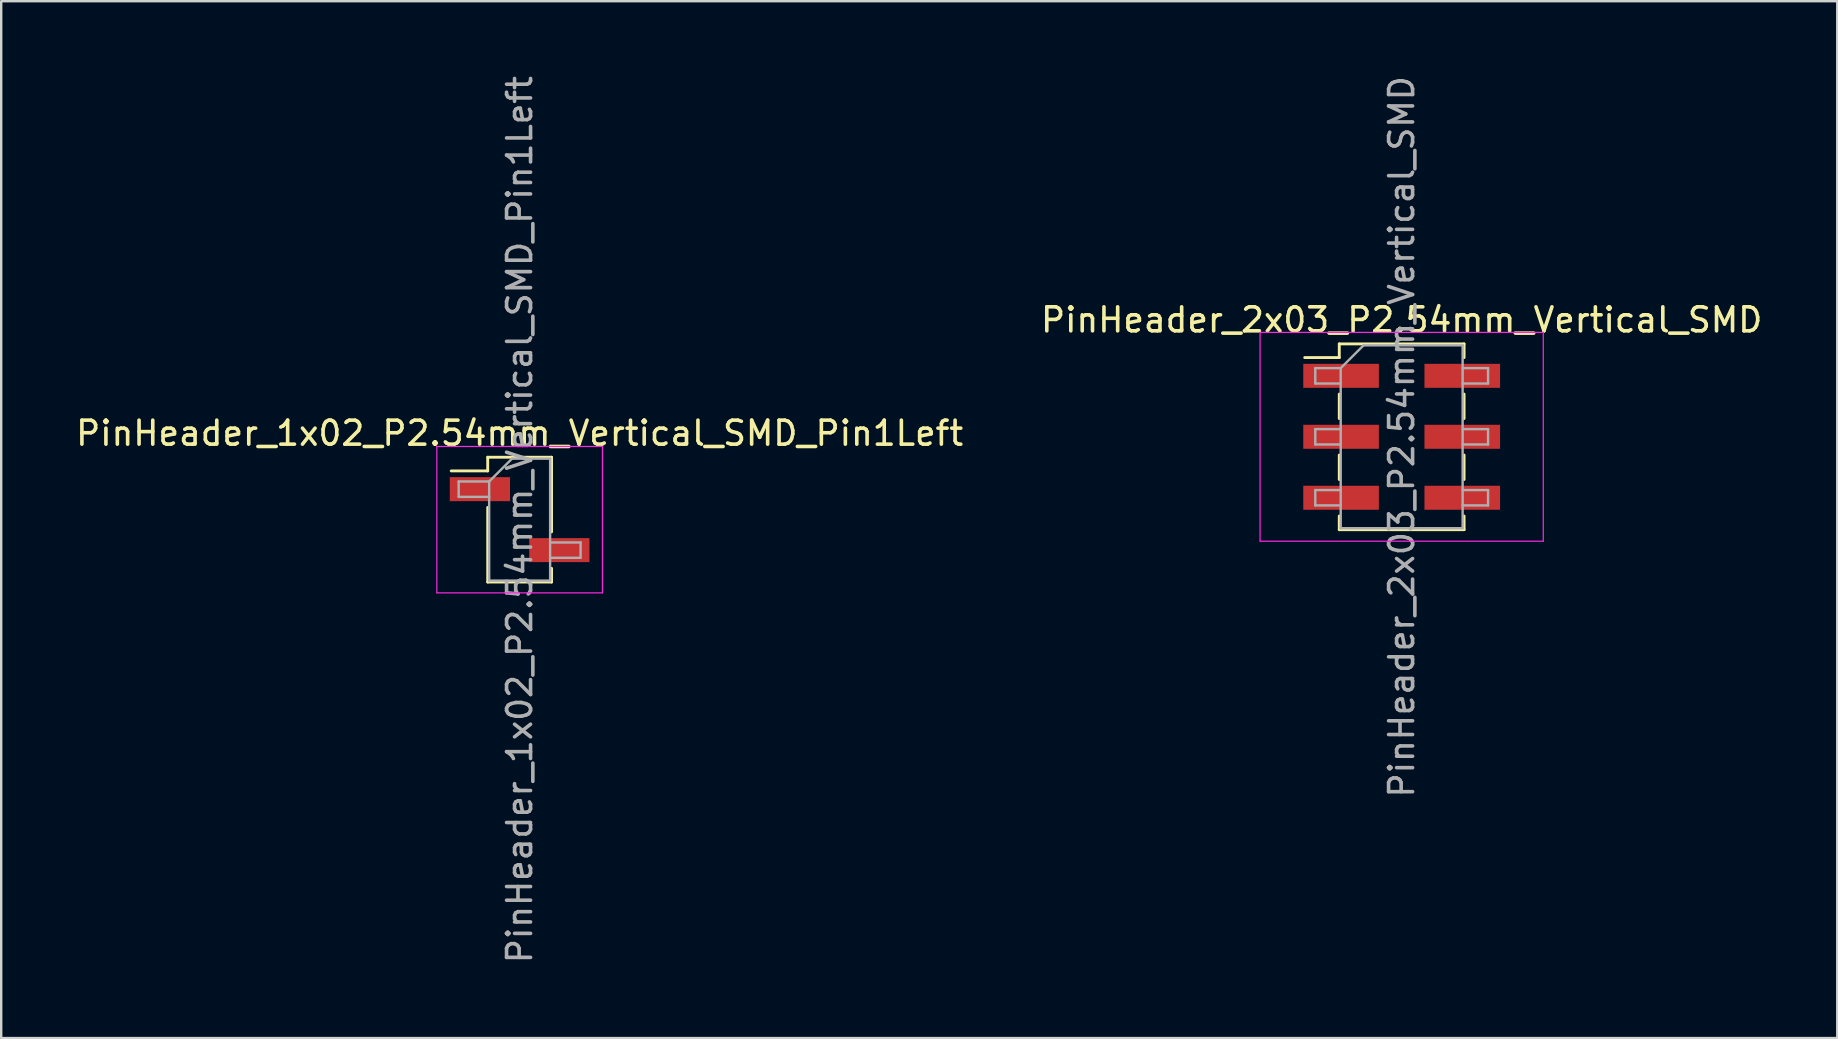
<source format=kicad_pcb>
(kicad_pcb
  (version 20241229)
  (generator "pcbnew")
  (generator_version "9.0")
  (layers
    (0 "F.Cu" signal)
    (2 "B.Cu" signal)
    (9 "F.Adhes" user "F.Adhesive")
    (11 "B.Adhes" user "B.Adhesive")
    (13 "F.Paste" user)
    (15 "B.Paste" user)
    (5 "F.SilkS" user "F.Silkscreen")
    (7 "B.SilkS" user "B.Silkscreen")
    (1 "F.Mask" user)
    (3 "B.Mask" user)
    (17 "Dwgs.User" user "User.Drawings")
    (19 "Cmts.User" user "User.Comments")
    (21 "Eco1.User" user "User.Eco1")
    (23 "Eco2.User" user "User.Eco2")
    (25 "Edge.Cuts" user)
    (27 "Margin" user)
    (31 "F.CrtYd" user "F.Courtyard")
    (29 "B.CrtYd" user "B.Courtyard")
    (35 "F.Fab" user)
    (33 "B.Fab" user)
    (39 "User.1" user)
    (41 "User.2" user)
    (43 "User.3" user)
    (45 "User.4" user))
  (footprint "PinHeader_1x02_P2.54mm_Vertical_SMD_Pin1Left"
    (layer "F.Cu")
    (at 18.601 18.601)
    (property "Reference" "PinHeader_1x02_P2.54mm_Vertical_SMD_Pin1Left" (at 0 -3.6 0) (layer "F.SilkS") (effects (font (size 1 1) (thickness 0.15))))
    (attr smd)
    (fp_line (start -1.33 -2.6) (end -1.33 -2.03) (stroke (width 0.12) (type solid)) (layer "F.SilkS"))
    (fp_line (start -1.33 -2.6) (end 1.33 -2.6) (stroke (width 0.12) (type solid)) (layer "F.SilkS"))
    (fp_line (start -1.33 -2.03) (end -2.85 -2.03) (stroke (width 0.12) (type solid)) (layer "F.SilkS"))
    (fp_line (start -1.33 -0.51) (end -1.33 2.6) (stroke (width 0.12) (type solid)) (layer "F.SilkS"))
    (fp_line (start -1.33 2.6) (end 1.33 2.6) (stroke (width 0.12) (type solid)) (layer "F.SilkS"))
    (fp_line (start 1.33 -2.6) (end 1.33 0.51) (stroke (width 0.12) (type solid)) (layer "F.SilkS"))
    (fp_line (start 1.33 2.03) (end 1.33 2.6) (stroke (width 0.12) (type solid)) (layer "F.SilkS"))
    (fp_line (start -3.45 -3.05) (end -3.45 3.05) (stroke (width 0.05) (type solid)) (layer "F.CrtYd"))
    (fp_line (start -3.45 3.05) (end 3.45 3.05) (stroke (width 0.05) (type solid)) (layer "F.CrtYd"))
    (fp_line (start 3.45 -3.05) (end -3.45 -3.05) (stroke (width 0.05) (type solid)) (layer "F.CrtYd"))
    (fp_line (start 3.45 3.05) (end 3.45 -3.05) (stroke (width 0.05) (type solid)) (layer "F.CrtYd"))
    (fp_line (start -2.54 -1.59) (end -2.54 -0.95) (stroke (width 0.1) (type solid)) (layer "F.Fab"))
    (fp_line (start -2.54 -0.95) (end -1.27 -0.95) (stroke (width 0.1) (type solid)) (layer "F.Fab"))
    (fp_line (start -1.27 -1.59) (end -2.54 -1.59) (stroke (width 0.1) (type solid)) (layer "F.Fab"))
    (fp_line (start -1.27 -1.59) (end -0.32 -2.54) (stroke (width 0.1) (type solid)) (layer "F.Fab"))
    (fp_line (start -1.27 2.54) (end -1.27 -1.59) (stroke (width 0.1) (type solid)) (layer "F.Fab"))
    (fp_line (start -0.32 -2.54) (end 1.27 -2.54) (stroke (width 0.1) (type solid)) (layer "F.Fab"))
    (fp_line (start 1.27 -2.54) (end 1.27 2.54) (stroke (width 0.1) (type solid)) (layer "F.Fab"))
    (fp_line (start 1.27 0.95) (end 2.54 0.95) (stroke (width 0.1) (type solid)) (layer "F.Fab"))
    (fp_line (start 1.27 2.54) (end -1.27 2.54) (stroke (width 0.1) (type solid)) (layer "F.Fab"))
    (fp_line (start 2.54 0.95) (end 2.54 1.59) (stroke (width 0.1) (type solid)) (layer "F.Fab"))
    (fp_line (start 2.54 1.59) (end 1.27 1.59) (stroke (width 0.1) (type solid)) (layer "F.Fab"))
    (fp_text user "${REFERENCE}" (at 0 0 90) (layer "F.Fab") (effects (font (size 1 1) (thickness 0.15))))
    (pad "1" smd rect (at -1.655 -1.27) (size 2.51 1) (layers "F.Cu" "F.Mask" "F.Paste"))
    (pad "2" smd rect (at 1.655 1.27) (size 2.51 1) (layers "F.Cu" "F.Mask" "F.Paste")))
  (footprint "PinHeader_2x03_P2.54mm_Vertical_SMD"
    (layer "F.Cu")
    (at 55.351 15.149)
    (property "Reference" "PinHeader_2x03_P2.54mm_Vertical_SMD" (at 0 -4.87 0) (layer "F.SilkS") (effects (font (size 1 1) (thickness 0.15))))
    (attr smd)
    (fp_line (start -4.04 -3.3) (end -2.6 -3.3) (stroke (width 0.12) (type solid)) (layer "F.SilkS"))
    (fp_line (start -2.6 -3.87) (end -2.6 -3.3) (stroke (width 0.12) (type solid)) (layer "F.SilkS"))
    (fp_line (start -2.6 -3.87) (end 2.6 -3.87) (stroke (width 0.12) (type solid)) (layer "F.SilkS"))
    (fp_line (start -2.6 -1.78) (end -2.6 -0.76) (stroke (width 0.12) (type solid)) (layer "F.SilkS"))
    (fp_line (start -2.6 0.76) (end -2.6 1.78) (stroke (width 0.12) (type solid)) (layer "F.SilkS"))
    (fp_line (start -2.6 3.3) (end -2.6 3.87) (stroke (width 0.12) (type solid)) (layer "F.SilkS"))
    (fp_line (start -2.6 3.87) (end 2.6 3.87) (stroke (width 0.12) (type solid)) (layer "F.SilkS"))
    (fp_line (start 2.6 -3.87) (end 2.6 -3.3) (stroke (width 0.12) (type solid)) (layer "F.SilkS"))
    (fp_line (start 2.6 -1.78) (end 2.6 -0.76) (stroke (width 0.12) (type solid)) (layer "F.SilkS"))
    (fp_line (start 2.6 0.76) (end 2.6 1.78) (stroke (width 0.12) (type solid)) (layer "F.SilkS"))
    (fp_line (start 2.6 3.3) (end 2.6 3.87) (stroke (width 0.12) (type solid)) (layer "F.SilkS"))
    (fp_line (start -5.9 -4.35) (end -5.9 4.35) (stroke (width 0.05) (type solid)) (layer "F.CrtYd"))
    (fp_line (start -5.9 4.35) (end 5.9 4.35) (stroke (width 0.05) (type solid)) (layer "F.CrtYd"))
    (fp_line (start 5.9 -4.35) (end -5.9 -4.35) (stroke (width 0.05) (type solid)) (layer "F.CrtYd"))
    (fp_line (start 5.9 4.35) (end 5.9 -4.35) (stroke (width 0.05) (type solid)) (layer "F.CrtYd"))
    (fp_line (start -3.6 -2.86) (end -3.6 -2.22) (stroke (width 0.1) (type solid)) (layer "F.Fab"))
    (fp_line (start -3.6 -2.22) (end -2.54 -2.22) (stroke (width 0.1) (type solid)) (layer "F.Fab"))
    (fp_line (start -3.6 -0.32) (end -3.6 0.32) (stroke (width 0.1) (type solid)) (layer "F.Fab"))
    (fp_line (start -3.6 0.32) (end -2.54 0.32) (stroke (width 0.1) (type solid)) (layer "F.Fab"))
    (fp_line (start -3.6 2.22) (end -3.6 2.86) (stroke (width 0.1) (type solid)) (layer "F.Fab"))
    (fp_line (start -3.6 2.86) (end -2.54 2.86) (stroke (width 0.1) (type solid)) (layer "F.Fab"))
    (fp_line (start -2.54 -2.86) (end -3.6 -2.86) (stroke (width 0.1) (type solid)) (layer "F.Fab"))
    (fp_line (start -2.54 -2.86) (end -1.59 -3.81) (stroke (width 0.1) (type solid)) (layer "F.Fab"))
    (fp_line (start -2.54 -0.32) (end -3.6 -0.32) (stroke (width 0.1) (type solid)) (layer "F.Fab"))
    (fp_line (start -2.54 2.22) (end -3.6 2.22) (stroke (width 0.1) (type solid)) (layer "F.Fab"))
    (fp_line (start -2.54 3.81) (end -2.54 -2.86) (stroke (width 0.1) (type solid)) (layer "F.Fab"))
    (fp_line (start -1.59 -3.81) (end 2.54 -3.81) (stroke (width 0.1) (type solid)) (layer "F.Fab"))
    (fp_line (start 2.54 -3.81) (end 2.54 3.81) (stroke (width 0.1) (type solid)) (layer "F.Fab"))
    (fp_line (start 2.54 -2.86) (end 3.6 -2.86) (stroke (width 0.1) (type solid)) (layer "F.Fab"))
    (fp_line (start 2.54 -0.32) (end 3.6 -0.32) (stroke (width 0.1) (type solid)) (layer "F.Fab"))
    (fp_line (start 2.54 2.22) (end 3.6 2.22) (stroke (width 0.1) (type solid)) (layer "F.Fab"))
    (fp_line (start 2.54 3.81) (end -2.54 3.81) (stroke (width 0.1) (type solid)) (layer "F.Fab"))
    (fp_line (start 3.6 -2.86) (end 3.6 -2.22) (stroke (width 0.1) (type solid)) (layer "F.Fab"))
    (fp_line (start 3.6 -2.22) (end 2.54 -2.22) (stroke (width 0.1) (type solid)) (layer "F.Fab"))
    (fp_line (start 3.6 -0.32) (end 3.6 0.32) (stroke (width 0.1) (type solid)) (layer "F.Fab"))
    (fp_line (start 3.6 0.32) (end 2.54 0.32) (stroke (width 0.1) (type solid)) (layer "F.Fab"))
    (fp_line (start 3.6 2.22) (end 3.6 2.86) (stroke (width 0.1) (type solid)) (layer "F.Fab"))
    (fp_line (start 3.6 2.86) (end 2.54 2.86) (stroke (width 0.1) (type solid)) (layer "F.Fab"))
    (fp_text user "${REFERENCE}" (at 0 0 270) (layer "F.Fab") (effects (font (size 1 1) (thickness 0.15))))
    (pad "1" smd rect (at -2.525 -2.54) (size 3.15 1) (layers "F.Cu" "F.Mask" "F.Paste"))
    (pad "2" smd rect (at 2.525 -2.54) (size 3.15 1) (layers "F.Cu" "F.Mask" "F.Paste"))
    (pad "3" smd rect (at -2.525 0) (size 3.15 1) (layers "F.Cu" "F.Mask" "F.Paste"))
    (pad "4" smd rect (at 2.525 0) (size 3.15 1) (layers "F.Cu" "F.Mask" "F.Paste"))
    (pad "5" smd rect (at -2.525 2.54) (size 3.15 1) (layers "F.Cu" "F.Mask" "F.Paste"))
    (pad "6" smd rect (at 2.525 2.54) (size 3.15 1) (layers "F.Cu" "F.Mask" "F.Paste")))
  (gr_rect
    (start -3 -3)
    (end 73.5 40.202)
    (stroke (width 0.1) (type default))
    (fill no)
    (layer "Edge.Cuts")))
</source>
